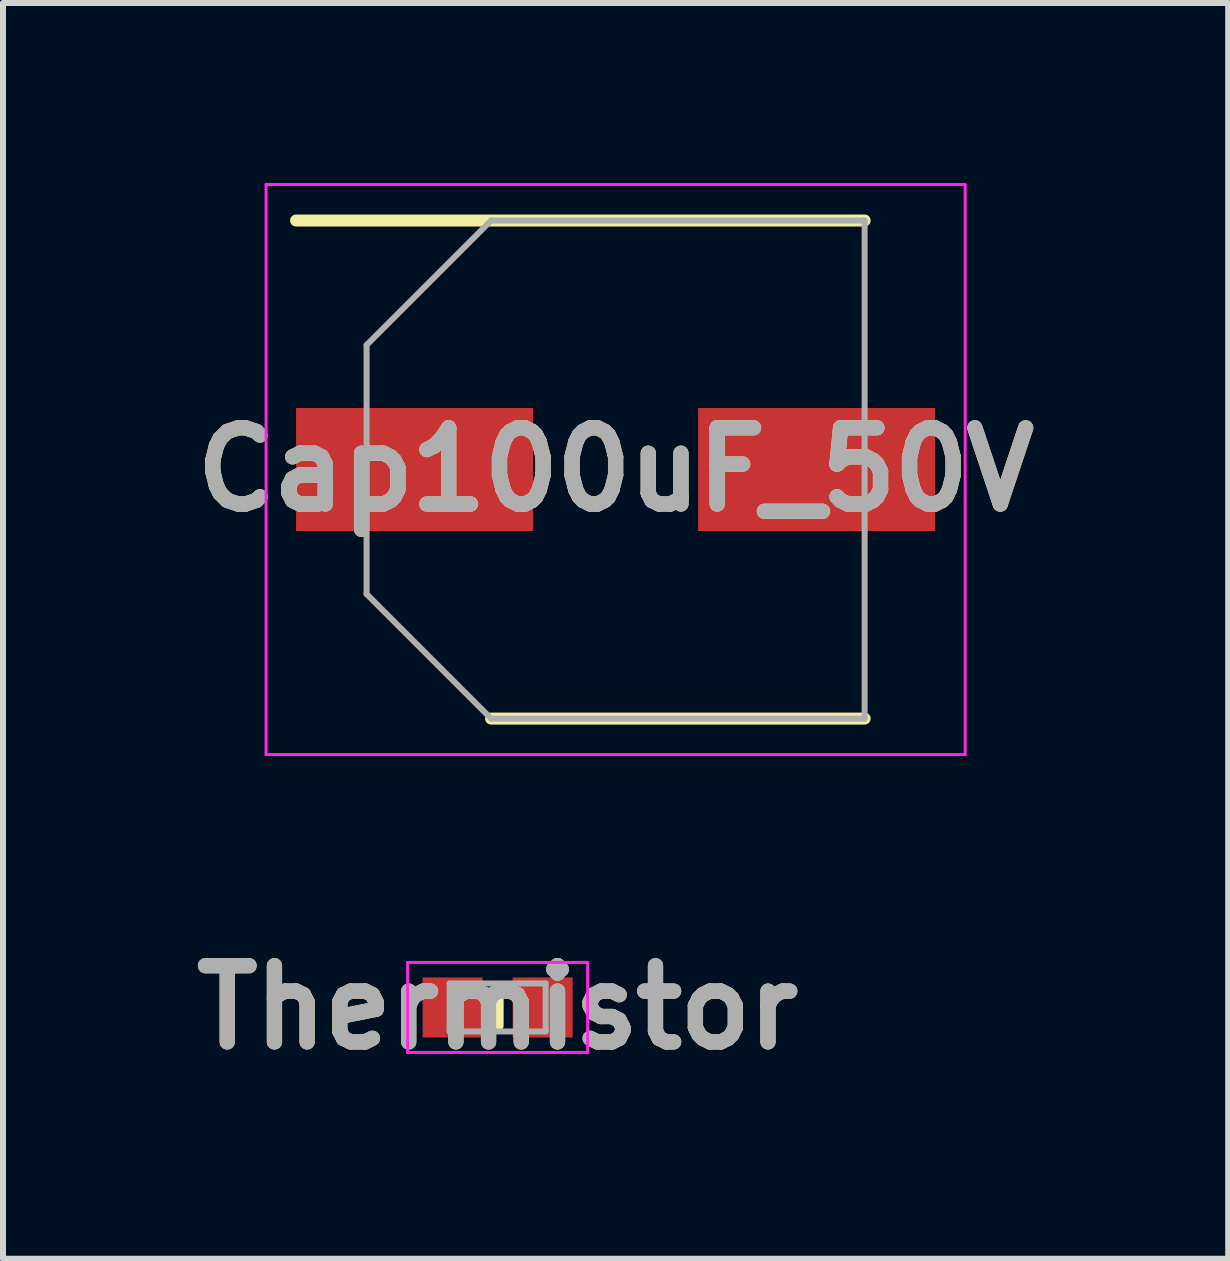
<source format=kicad_pcb>
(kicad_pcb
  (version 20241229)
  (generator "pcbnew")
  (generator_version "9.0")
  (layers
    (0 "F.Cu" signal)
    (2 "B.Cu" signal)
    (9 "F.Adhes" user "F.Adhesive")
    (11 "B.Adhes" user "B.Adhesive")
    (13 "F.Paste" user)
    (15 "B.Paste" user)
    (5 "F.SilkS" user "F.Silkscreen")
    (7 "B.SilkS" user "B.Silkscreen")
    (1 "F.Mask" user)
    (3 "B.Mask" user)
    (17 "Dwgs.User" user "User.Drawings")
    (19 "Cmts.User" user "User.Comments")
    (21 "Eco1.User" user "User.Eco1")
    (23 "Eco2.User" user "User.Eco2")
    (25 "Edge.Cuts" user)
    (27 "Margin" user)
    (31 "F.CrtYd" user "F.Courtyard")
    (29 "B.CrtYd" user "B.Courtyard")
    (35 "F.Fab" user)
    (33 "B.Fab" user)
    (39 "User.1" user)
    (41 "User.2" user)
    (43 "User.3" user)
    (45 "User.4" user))
  (footprint "Thermistor"
    (layer "F.Cu")
    (at 5.243 13.739)
    (property "Reference" "Thermistor" (at 0 0 0) (layer "F.SilkS") (effects (font (size 1.27 1.27) (thickness 0.254))))
    (attr smd)
    (fp_line (start 0 -0.3) (end 0 0.3) (stroke (width 0.2) (type solid)) (layer "F.SilkS"))
    (fp_line (start -1.5 -0.75) (end 1.5 -0.75) (stroke (width 0.05) (type solid)) (layer "F.CrtYd"))
    (fp_line (start -1.5 0.75) (end -1.5 -0.75) (stroke (width 0.05) (type solid)) (layer "F.CrtYd"))
    (fp_line (start 1.5 -0.75) (end 1.5 0.75) (stroke (width 0.05) (type solid)) (layer "F.CrtYd"))
    (fp_line (start 1.5 0.75) (end -1.5 0.75) (stroke (width 0.05) (type solid)) (layer "F.CrtYd"))
    (fp_line (start -0.8 -0.4) (end 0.8 -0.4) (stroke (width 0.1) (type solid)) (layer "F.Fab"))
    (fp_line (start -0.8 0.4) (end -0.8 -0.4) (stroke (width 0.1) (type solid)) (layer "F.Fab"))
    (fp_line (start 0.8 -0.4) (end 0.8 0.4) (stroke (width 0.1) (type solid)) (layer "F.Fab"))
    (fp_line (start 0.8 0.4) (end -0.8 0.4) (stroke (width 0.1) (type solid)) (layer "F.Fab"))
    (fp_text user "${REFERENCE}" (at 0 0 0) (layer "F.Fab") (effects (font (size 1.27 1.27) (thickness 0.254))))
    (pad "1" smd rect (at -0.75 0 90) (size 1 1) (layers "F.Cu" "F.Mask" "F.Paste"))
    (pad "2" smd rect (at 0.75 0 90) (size 1 1) (layers "F.Cu" "F.Mask" "F.Paste")))
  (footprint "Cap100uF_50V"
    (layer "F.Cu")
    (at 7.209 4.775)
    (property "Reference" "Cap100uF_50V" (at 0 0 0) (layer "F.SilkS") (effects (font (size 1.27 1.27) (thickness 0.254))))
    (attr smd)
    (fp_line (start -5.325 -4.15) (end 4.15 -4.15) (stroke (width 0.2) (type solid)) (layer "F.SilkS"))
    (fp_line (start -2.075 4.15) (end 4.15 4.15) (stroke (width 0.2) (type solid)) (layer "F.SilkS"))
    (fp_line (start -5.825 -4.75) (end 5.825 -4.75) (stroke (width 0.05) (type solid)) (layer "F.CrtYd"))
    (fp_line (start -5.825 4.75) (end -5.825 -4.75) (stroke (width 0.05) (type solid)) (layer "F.CrtYd"))
    (fp_line (start 5.825 -4.75) (end 5.825 4.75) (stroke (width 0.05) (type solid)) (layer "F.CrtYd"))
    (fp_line (start 5.825 4.75) (end -5.825 4.75) (stroke (width 0.05) (type solid)) (layer "F.CrtYd"))
    (fp_line (start -4.15 -2.075) (end -4.15 2.075) (stroke (width 0.1) (type solid)) (layer "F.Fab"))
    (fp_line (start -4.15 2.075) (end -2.075 4.15) (stroke (width 0.1) (type solid)) (layer "F.Fab"))
    (fp_line (start -2.075 -4.15) (end -4.15 -2.075) (stroke (width 0.1) (type solid)) (layer "F.Fab"))
    (fp_line (start -2.075 4.15) (end 4.15 4.15) (stroke (width 0.1) (type solid)) (layer "F.Fab"))
    (fp_line (start 4.15 -4.15) (end -2.075 -4.15) (stroke (width 0.1) (type solid)) (layer "F.Fab"))
    (fp_line (start 4.15 4.15) (end 4.15 -4.15) (stroke (width 0.1) (type solid)) (layer "F.Fab"))
    (fp_text user "${REFERENCE}" (at 0 0 0) (layer "F.Fab") (effects (font (size 1.27 1.27) (thickness 0.254))))
    (pad "1" smd rect (at -3.35 0 90) (size 2.05 3.95) (layers "F.Cu" "F.Mask" "F.Paste"))
    (pad "2" smd rect (at 3.35 0 90) (size 2.05 3.95) (layers "F.Cu" "F.Mask" "F.Paste")))
  (gr_rect
    (start -3 -3)
    (end 17.418 17.927)
    (stroke (width 0.1) (type default))
    (fill no)
    (layer "Edge.Cuts")))
</source>
